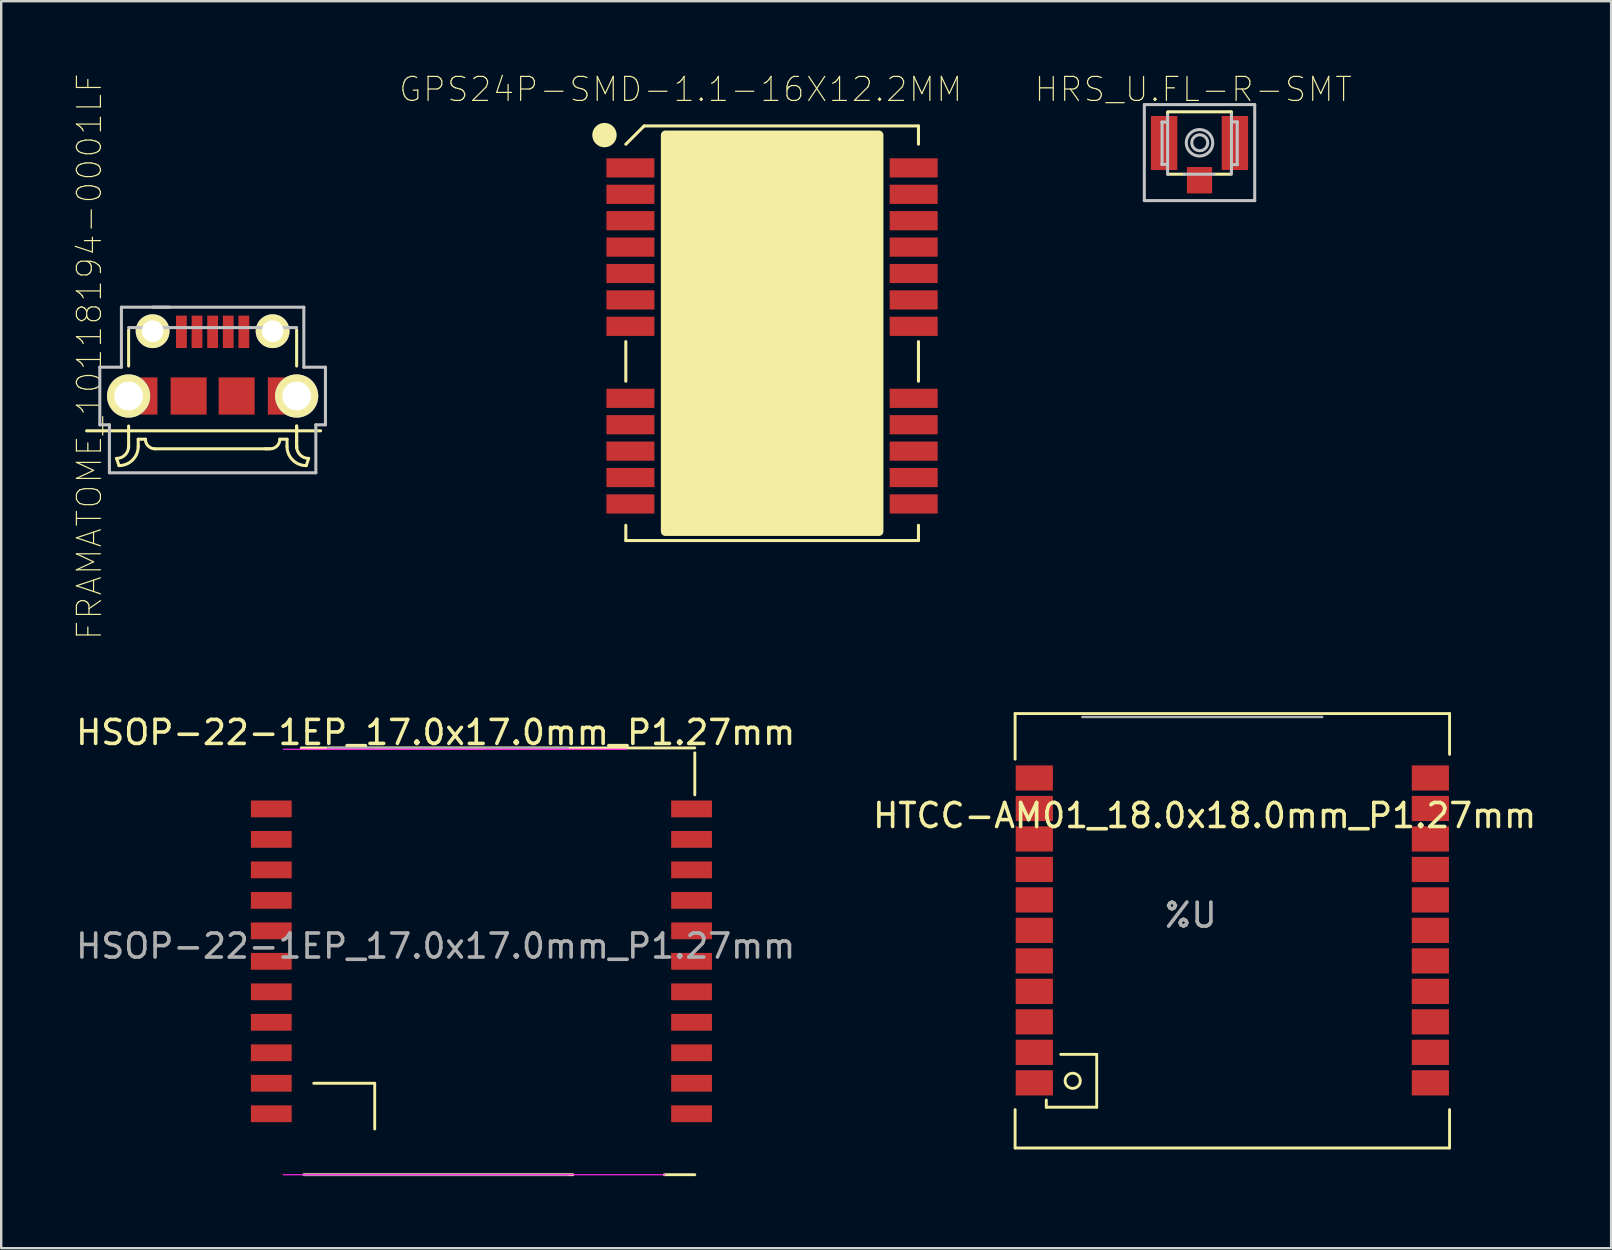
<source format=kicad_pcb>
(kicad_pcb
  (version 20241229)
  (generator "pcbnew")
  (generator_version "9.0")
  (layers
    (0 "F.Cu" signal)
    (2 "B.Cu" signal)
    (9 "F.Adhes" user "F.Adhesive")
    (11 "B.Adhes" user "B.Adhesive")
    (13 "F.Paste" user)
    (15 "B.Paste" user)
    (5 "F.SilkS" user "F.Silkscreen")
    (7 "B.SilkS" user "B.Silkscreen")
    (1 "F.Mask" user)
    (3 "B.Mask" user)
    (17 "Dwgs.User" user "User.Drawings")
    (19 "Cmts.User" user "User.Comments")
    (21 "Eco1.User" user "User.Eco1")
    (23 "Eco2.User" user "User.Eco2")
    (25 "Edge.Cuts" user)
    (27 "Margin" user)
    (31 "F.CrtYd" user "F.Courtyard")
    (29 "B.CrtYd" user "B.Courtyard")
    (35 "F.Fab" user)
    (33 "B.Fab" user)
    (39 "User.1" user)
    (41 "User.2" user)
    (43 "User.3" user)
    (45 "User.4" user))
  (footprint "HSOP-22-1EP_17.0x17.0mm_P1.27mm"
    (layer "F.Cu")
    (at 15.101 36.365)
    (property "Reference" "HSOP-22-1EP_17.0x17.0mm_P1.27mm" (at 0 -8.9 0) (layer "F.SilkS") (effects (font (size 1 1) (thickness 0.15))))
    (attr smd)
    (fp_line (start -2.54 5.715) (end -5.08 5.715) (stroke (width 0.12) (type solid)) (layer "F.SilkS"))
    (fp_line (start -2.54 7.62) (end -2.54 5.715) (stroke (width 0.12) (type solid)) (layer "F.SilkS"))
    (fp_line (start 5.715 9.525) (end -5.485 9.525) (stroke (width 0.12) (type solid)) (layer "F.SilkS"))
    (fp_line (start 10.795 -8.255) (end -5.6 -8.255) (stroke (width 0.12) (type solid)) (layer "F.SilkS"))
    (fp_line (start 10.795 -8.05) (end 10.795 -6.3) (stroke (width 0.12) (type solid)) (layer "F.SilkS"))
    (fp_line (start 10.795 9.525) (end 9.525 9.525) (stroke (width 0.12) (type solid)) (layer "F.SilkS"))
    (fp_line (start -6.35 -8.2) (end 7.95 -8.2) (stroke (width 0.05) (type solid)) (layer "F.CrtYd"))
    (fp_line (start 9.55 9.525) (end -6.35 9.525) (stroke (width 0.05) (type solid)) (layer "F.CrtYd"))
    (fp_line (start -5.5 9.525) (end 5.5 9.525) (stroke (width 0.1) (type solid)) (layer "F.Fab"))
    (fp_line (start 5.5 -8.255) (end -4.5 -8.255) (stroke (width 0.1) (type solid)) (layer "F.Fab"))
    (fp_text user "${REFERENCE}" (at 0 0 0) (layer "F.Fab") (effects (font (size 1 1) (thickness 0.15))))
    (pad "1" smd rect (at 10.66 -5.715) (size 1.7 0.7) (layers "F.Cu" "F.Mask" "F.Paste"))
    (pad "2" smd rect (at 10.66 5.715) (size 1.7 0.7) (layers "F.Cu" "F.Mask" "F.Paste"))
    (pad "3" smd rect (at 10.66 -4.445) (size 1.7 0.7) (layers "F.Cu" "F.Mask" "F.Paste"))
    (pad "4" smd rect (at 10.66 6.985) (size 1.7 0.7) (layers "F.Cu" "F.Mask" "F.Paste"))
    (pad "6" smd rect (at 10.66 4.445) (size 1.7 0.7) (layers "F.Cu" "F.Mask" "F.Paste"))
    (pad "7" smd rect (at 10.66 3.175) (size 1.7 0.7) (layers "F.Cu" "F.Mask" "F.Paste"))
    (pad "8" smd rect (at 10.66 1.905) (size 1.7 0.7) (layers "F.Cu" "F.Mask" "F.Paste"))
    (pad "14" smd rect (at 10.66 -1.905) (size 1.7 0.7) (layers "F.Cu" "F.Mask" "F.Paste"))
    (pad "15" smd rect (at 10.66 -3.175) (size 1.7 0.7) (layers "F.Cu" "F.Mask" "F.Paste"))
    (pad "16" smd rect (at 10.66 0.635) (size 1.7 0.7) (layers "F.Cu" "F.Mask" "F.Paste"))
    (pad "17" smd rect (at 10.66 -0.635) (size 1.7 0.7) (layers "F.Cu" "F.Mask" "F.Paste"))
    (pad "19" smd rect (at -6.85 -5.715) (size 1.7 0.7) (layers "F.Cu" "F.Mask" "F.Paste"))
    (pad "20" smd rect (at -6.85 -4.445) (size 1.7 0.7) (layers "F.Cu" "F.Mask" "F.Paste"))
    (pad "21" smd rect (at -6.85 -3.175) (size 1.7 0.7) (layers "F.Cu" "F.Mask" "F.Paste"))
    (pad "22" smd rect (at -6.85 -1.905) (size 1.7 0.7) (layers "F.Cu" "F.Mask" "F.Paste"))
    (pad "28" smd rect (at -6.85 -0.635) (size 1.7 0.7) (layers "F.Cu" "F.Mask" "F.Paste"))
    (pad "29" smd rect (at -6.85 0.635) (size 1.7 0.7) (layers "F.Cu" "F.Mask" "F.Paste"))
    (pad "30" smd rect (at -6.85 1.905) (size 1.7 0.7) (layers "F.Cu" "F.Mask" "F.Paste"))
    (pad "33" smd rect (at -6.85 4.445) (size 1.7 0.7) (layers "F.Cu" "F.Mask" "F.Paste"))
    (pad "34" smd rect (at -6.85 3.175) (size 1.7 0.7) (layers "F.Cu" "F.Mask" "F.Paste"))
    (pad "38" smd rect (at -6.85 5.715) (size 1.7 0.7) (layers "F.Cu" "F.Mask" "F.Paste"))
    (pad "40" smd rect (at -6.85 6.985) (size 1.7 0.7) (layers "F.Cu" "F.Mask" "F.Paste")))
  (footprint "GPS24P-SMD-1.1-16X12.2MM"
    (layer "F.Cu")
    (at 29.118 10.833)
    (property "Reference" "GPS24P-SMD-1.1-16X12.2MM" (at -3.81 -10.16 0) (layer "F.SilkS") (effects (font (size 1 1) (thickness 0.05))))
    (attr smd)
    (fp_line (start -6.096 2) (end -6.096 0.35) (stroke (width 0.127) (type solid)) (layer "F.SilkS"))
    (fp_line (start -6.096 8.636) (end -6.096 8.001) (stroke (width 0.127) (type solid)) (layer "F.SilkS"))
    (fp_line (start -5.334 -8.636) (end -6.096 -7.874) (stroke (width 0.127) (type solid)) (layer "F.SilkS"))
    (fp_line (start 6.096 -8.636) (end -5.334 -8.636) (stroke (width 0.127) (type solid)) (layer "F.SilkS"))
    (fp_line (start 6.096 -7.874) (end 6.096 -8.636) (stroke (width 0.127) (type solid)) (layer "F.SilkS"))
    (fp_line (start 6.096 2) (end 6.096 0.35) (stroke (width 0.127) (type solid)) (layer "F.SilkS"))
    (fp_line (start 6.096 8.001) (end 6.096 8.636) (stroke (width 0.127) (type solid)) (layer "F.SilkS"))
    (fp_line (start 6.096 8.636) (end -6.096 8.636) (stroke (width 0.127) (type solid)) (layer "F.SilkS"))
    (fp_circle (center -6.985 -8.255) (end -6.731 -8.255) (stroke (width 0.508) (type solid)) (fill no) (layer "F.SilkS"))
    (fp_poly (pts (xy -4.445 -8.255) (xy 4.445 -8.255) (xy 4.445 8.255) (xy -4.445 8.255)) (stroke (width 0.381) (type solid)) (fill yes) (layer "F.SilkS"))
    (pad "1" smd rect (at -5.904 -6.888 180) (size 2 0.8) (layers "F.Cu" "F.Mask" "F.Paste"))
    (pad "2" smd rect (at -5.904 -5.788 180) (size 2 0.8) (layers "F.Cu" "F.Mask" "F.Paste"))
    (pad "3" smd rect (at -5.904 -4.688 180) (size 2 0.8) (layers "F.Cu" "F.Mask" "F.Paste"))
    (pad "4" smd rect (at -5.904 -3.588 180) (size 2 0.8) (layers "F.Cu" "F.Mask" "F.Paste"))
    (pad "5" smd rect (at -5.904 -2.488 180) (size 2 0.8) (layers "F.Cu" "F.Mask" "F.Paste"))
    (pad "6" smd rect (at -5.904 -1.388 180) (size 2 0.8) (layers "F.Cu" "F.Mask" "F.Paste"))
    (pad "7" smd rect (at -5.904 -0.288 180) (size 2 0.8) (layers "F.Cu" "F.Mask" "F.Paste"))
    (pad "8" smd rect (at -5.904 2.712 180) (size 2 0.8) (layers "F.Cu" "F.Mask" "F.Paste"))
    (pad "9" smd rect (at -5.904 3.812 180) (size 2 0.8) (layers "F.Cu" "F.Mask" "F.Paste"))
    (pad "10" smd rect (at -5.904 4.912 180) (size 2 0.8) (layers "F.Cu" "F.Mask" "F.Paste"))
    (pad "11" smd rect (at -5.904 6.012 180) (size 2 0.8) (layers "F.Cu" "F.Mask" "F.Paste"))
    (pad "12" smd rect (at -5.904 7.112 180) (size 2 0.8) (layers "F.Cu" "F.Mask" "F.Paste"))
    (pad "13" smd rect (at 5.896 7.112 180) (size 2 0.8) (layers "F.Cu" "F.Mask" "F.Paste"))
    (pad "14" smd rect (at 5.896 6.012 180) (size 2 0.8) (layers "F.Cu" "F.Mask" "F.Paste"))
    (pad "15" smd rect (at 5.896 4.912 180) (size 2 0.8) (layers "F.Cu" "F.Mask" "F.Paste"))
    (pad "16" smd rect (at 5.896 3.812 180) (size 2 0.8) (layers "F.Cu" "F.Mask" "F.Paste"))
    (pad "17" smd rect (at 5.896 2.712 180) (size 2 0.8) (layers "F.Cu" "F.Mask" "F.Paste"))
    (pad "18" smd rect (at 5.896 -0.288 180) (size 2 0.8) (layers "F.Cu" "F.Mask" "F.Paste"))
    (pad "19" smd rect (at 5.896 -1.388 180) (size 2 0.8) (layers "F.Cu" "F.Mask" "F.Paste"))
    (pad "20" smd rect (at 5.896 -2.488 180) (size 2 0.8) (layers "F.Cu" "F.Mask" "F.Paste"))
    (pad "21" smd rect (at 5.896 -3.588 180) (size 2 0.8) (layers "F.Cu" "F.Mask" "F.Paste"))
    (pad "22" smd rect (at 5.896 -4.688 180) (size 2 0.8) (layers "F.Cu" "F.Mask" "F.Paste"))
    (pad "23" smd rect (at 5.896 -5.788 180) (size 2 0.8) (layers "F.Cu" "F.Mask" "F.Paste"))
    (pad "24" smd rect (at 5.896 -6.888 180) (size 2 0.8) (layers "F.Cu" "F.Mask" "F.Paste")))
  (footprint "FRAMATOME_10118194-0001LF"
    (layer "F.Cu")
    (at 5.808 13.448)
    (property "Reference" "FRAMATOME_10118194-0001LF" (at -5.135 -1.64 90) (layer "F.SilkS") (effects (font (size 1 1) (thickness 0.05))))
    (attr smd)
    (fp_line (start -5.25 1.45) (end 4.5 1.45) (stroke (width 0.127) (type solid)) (layer "F.SilkS"))
    (fp_line (start -4 2.6) (end -3.9 2.9) (stroke (width 0.127) (type solid)) (layer "F.SilkS"))
    (fp_line (start -3.5 -2.75) (end -3.5 -1.25) (stroke (width 0.127) (type solid)) (layer "F.SilkS"))
    (fp_line (start -3.5 1.25) (end -3.5 2.1) (stroke (width 0.127) (type solid)) (layer "F.SilkS"))
    (fp_line (start -3.5 2.1) (end -3.5 2.15) (stroke (width 0.127) (type solid)) (layer "F.SilkS"))
    (fp_line (start -3.1 1.8) (end -2.8 1.8) (stroke (width 0.127) (type solid)) (layer "F.SilkS"))
    (fp_line (start -3.1 2.1) (end -3.1 1.8) (stroke (width 0.127) (type solid)) (layer "F.SilkS"))
    (fp_line (start -2.4 2.2) (end 2.3 2.2) (stroke (width 0.127) (type solid)) (layer "F.SilkS"))
    (fp_line (start 2.4 2.2) (end 2.2 2.2) (stroke (width 0.127) (type solid)) (layer "F.SilkS"))
    (fp_line (start 3.1 1.8) (end 2.8 1.8) (stroke (width 0.127) (type solid)) (layer "F.SilkS"))
    (fp_line (start 3.1 2.1) (end 3.1 1.8) (stroke (width 0.127) (type solid)) (layer "F.SilkS"))
    (fp_line (start 3.5 -2.75) (end 3.5 -1.25) (stroke (width 0.127) (type solid)) (layer "F.SilkS"))
    (fp_line (start 3.5 1.25) (end 3.5 2.1) (stroke (width 0.127) (type solid)) (layer "F.SilkS"))
    (fp_line (start 3.5 1.25) (end 3.5 2.15) (stroke (width 0.127) (type solid)) (layer "F.SilkS"))
    (fp_line (start 3.5 2.1) (end 3.5 2.15) (stroke (width 0.127) (type solid)) (layer "F.SilkS"))
    (fp_line (start 4 2.6) (end 3.9 2.9) (stroke (width 0.127) (type solid)) (layer "F.SilkS"))
    (fp_arc (start -3.5 2.1) (mid -3.646447 2.453553) (end -4 2.6) (stroke (width 0.127) (type solid)) (layer "F.SilkS"))
    (fp_arc (start -3.1 2.1) (mid -3.334315 2.665685) (end -3.9 2.9) (stroke (width 0.127) (type solid)) (layer "F.SilkS"))
    (fp_arc (start -2.4 2.2) (mid -2.682843 2.082843) (end -2.8 1.8) (stroke (width 0.127) (type solid)) (layer "F.SilkS"))
    (fp_arc (start 2.8 1.8) (mid 2.682843 2.082843) (end 2.4 2.2) (stroke (width 0.127) (type solid)) (layer "F.SilkS"))
    (fp_arc (start 3.9 2.9) (mid 3.334315 2.665685) (end 3.1 2.1) (stroke (width 0.127) (type solid)) (layer "F.SilkS"))
    (fp_arc (start 4 2.6) (mid 3.646447 2.453553) (end 3.5 2.1) (stroke (width 0.127) (type solid)) (layer "F.SilkS"))
    (fp_line (start -4.7 -1.2) (end -3.8 -1.2) (stroke (width 0.127) (type solid)) (layer "Dwgs.User"))
    (fp_line (start -4.7 1.2) (end -4.7 -1.2) (stroke (width 0.127) (type solid)) (layer "Dwgs.User"))
    (fp_line (start -4.3 1.2) (end -4.7 1.2) (stroke (width 0.127) (type solid)) (layer "Dwgs.User"))
    (fp_line (start -4.3 3.2) (end -4.3 1.2) (stroke (width 0.127) (type solid)) (layer "Dwgs.User"))
    (fp_line (start -3.8 -3.7) (end -1.8 -3.7) (stroke (width 0.127) (type solid)) (layer "Dwgs.User"))
    (fp_line (start -3.8 -1.2) (end -3.8 -3.7) (stroke (width 0.127) (type solid)) (layer "Dwgs.User"))
    (fp_line (start -3.5 -2.85) (end 3.5 -2.85) (stroke (width 0.127) (type solid)) (layer "Dwgs.User"))
    (fp_line (start -2.5 -3.7) (end 3.8 -3.7) (stroke (width 0.127) (type solid)) (layer "Dwgs.User"))
    (fp_line (start 3.8 -3.7) (end 3.8 -1.2) (stroke (width 0.127) (type solid)) (layer "Dwgs.User"))
    (fp_line (start 3.8 -1.2) (end 4.7 -1.2) (stroke (width 0.127) (type solid)) (layer "Dwgs.User"))
    (fp_line (start 4.3 1.2) (end 4.3 3.2) (stroke (width 0.127) (type solid)) (layer "Dwgs.User"))
    (fp_line (start 4.3 3.2) (end -4.3 3.2) (stroke (width 0.127) (type solid)) (layer "Dwgs.User"))
    (fp_line (start 4.7 -1.2) (end 4.7 1.2) (stroke (width 0.127) (type solid)) (layer "Dwgs.User"))
    (fp_line (start 4.7 1.2) (end 4.3 1.2) (stroke (width 0.127) (type solid)) (layer "Dwgs.User"))
    (pad "1" smd rect (at -1.3 -2.675 180) (size 0.45 1.35) (layers "F.Cu" "F.Mask" "F.Paste"))
    (pad "2" smd rect (at -0.65 -2.675 180) (size 0.45 1.35) (layers "F.Cu" "F.Mask" "F.Paste"))
    (pad "3" smd rect (at 0 -2.675 180) (size 0.45 1.35) (layers "F.Cu" "F.Mask" "F.Paste"))
    (pad "4" smd rect (at 0.65 -2.675 180) (size 0.45 1.35) (layers "F.Cu" "F.Mask" "F.Paste"))
    (pad "5" smd rect (at 1.3 -2.675 180) (size 0.45 1.35) (layers "F.Cu" "F.Mask" "F.Paste"))
    (pad "P$6" thru_hole circle (at -2.5 -2.7) (size 1.408 1.408) (drill 0.9) (layers "*.Cu" "*.Mask" "F.SilkS"))
    (pad "P$7" thru_hole circle (at 2.5 -2.7) (size 1.408 1.408) (drill 0.9) (layers "*.Cu" "*.Mask" "F.SilkS"))
    (pad "P$8" thru_hole circle (at -3.5 0) (size 1.8 1.8) (drill 1.2) (layers "*.Cu" "*.Mask" "F.SilkS"))
    (pad "P$9" thru_hole circle (at 3.5 0) (size 1.8 1.8) (drill 1.2) (layers "*.Cu" "*.Mask" "F.SilkS"))
    (pad "P$10" smd rect (at -1 0) (size 1.5 1.55) (layers "F.Cu" "F.Mask" "F.Paste"))
    (pad "P$11" smd rect (at 1 0) (size 1.5 1.55) (layers "F.Cu" "F.Mask" "F.Paste"))
    (pad "P$12" smd rect (at -3.05 0) (size 1.5 1.55) (layers "F.Cu" "F.Mask" "F.Paste"))
    (pad "P$13" smd rect (at 3.05 0) (size 1.5 1.55) (layers "F.Cu" "F.Mask" "F.Paste")))
  (footprint "HTCC-AM01_18.0x18.0mm_P1.27mm"
    (layer "F.Cu")
    (at 46.54 35.077)
    (property "Reference" "HTCC-AM01_18.0x18.0mm_P1.27mm" (at 0.597 -4.15 0) (layer "F.SilkS") (effects (font (size 1 1) (thickness 0.15))))
    (attr smd)
    (fp_line (start -7.3 -8.4) (end -7.3 -6.5) (stroke (width 0.12) (type solid)) (layer "F.SilkS"))
    (fp_line (start -7.3 9.7) (end -7.3 8.1) (stroke (width 0.12) (type solid)) (layer "F.SilkS"))
    (fp_line (start -6 8) (end -6 7.7) (stroke (width 0.12) (type solid)) (layer "F.SilkS"))
    (fp_line (start -5.4 5.8) (end -3.9 5.8) (stroke (width 0.12) (type solid)) (layer "F.SilkS"))
    (fp_line (start -3.9 5.8) (end -3.9 8) (stroke (width 0.12) (type solid)) (layer "F.SilkS"))
    (fp_line (start -3.9 8) (end -6 8) (stroke (width 0.12) (type solid)) (layer "F.SilkS"))
    (fp_line (start 10.795 -8.4) (end -7.3 -8.4) (stroke (width 0.12) (type solid)) (layer "F.SilkS"))
    (fp_line (start 10.795 9.7) (end -7.3 9.7) (stroke (width 0.12) (type solid)) (layer "F.SilkS"))
    (fp_line (start 10.8 -8.4) (end 10.8 -6.7) (stroke (width 0.12) (type solid)) (layer "F.SilkS"))
    (fp_line (start 10.8 9.7) (end 10.8 8.1) (stroke (width 0.12) (type solid)) (layer "F.SilkS"))
    (fp_circle (center -4.9 6.9) (end -4.6 7) (stroke (width 0.12) (type solid)) (fill no) (layer "F.SilkS"))
    (fp_line (start 5.5 -8.255) (end -4.5 -8.255) (stroke (width 0.1) (type solid)) (layer "F.Fab"))
    (fp_text user "%U" (at 0 0 0) (layer "F.Fab") (effects (font (size 1 1) (thickness 0.15))))
    (pad "1" smd rect (at -6.5 -5.715) (size 1.55 1.05) (layers "F.Cu" "F.Mask" "F.Paste"))
    (pad "2" smd rect (at -6.5 -4.445) (size 1.55 1.05) (layers "F.Cu" "F.Mask" "F.Paste"))
    (pad "3" smd rect (at -6.5 -3.175) (size 1.55 1.05) (layers "F.Cu" "F.Mask" "F.Paste"))
    (pad "4" smd rect (at -6.5 -1.905) (size 1.55 1.05) (layers "F.Cu" "F.Mask" "F.Paste"))
    (pad "5" smd rect (at -6.5 -0.635) (size 1.55 1.05) (layers "F.Cu" "F.Mask" "F.Paste"))
    (pad "6" smd rect (at -6.5 0.635) (size 1.55 1.05) (layers "F.Cu" "F.Mask" "F.Paste"))
    (pad "7" smd rect (at -6.5 1.905) (size 1.55 1.05) (layers "F.Cu" "F.Mask" "F.Paste"))
    (pad "8" smd rect (at -6.5 3.175) (size 1.55 1.05) (layers "F.Cu" "F.Mask" "F.Paste"))
    (pad "9" smd rect (at -6.5 4.445) (size 1.55 1.05) (layers "F.Cu" "F.Mask" "F.Paste"))
    (pad "10" smd rect (at -6.5 5.715) (size 1.55 1.05) (layers "F.Cu" "F.Mask" "F.Paste"))
    (pad "11" smd rect (at -6.5 6.985) (size 1.55 1.05) (layers "F.Cu" "F.Mask" "F.Paste"))
    (pad "12" smd rect (at 10 6.985) (size 1.55 1.05) (layers "F.Cu" "F.Mask" "F.Paste"))
    (pad "13" smd rect (at 10 5.715) (size 1.55 1.05) (layers "F.Cu" "F.Mask" "F.Paste"))
    (pad "14" smd rect (at 10 4.445) (size 1.55 1.05) (layers "F.Cu" "F.Mask" "F.Paste"))
    (pad "15" smd rect (at 10 3.175) (size 1.55 1.05) (layers "F.Cu" "F.Mask" "F.Paste"))
    (pad "16" smd rect (at 10 1.905) (size 1.55 1.05) (layers "F.Cu" "F.Mask" "F.Paste"))
    (pad "17" smd rect (at 10 0.635) (size 1.55 1.05) (layers "F.Cu" "F.Mask" "F.Paste"))
    (pad "18" smd rect (at 10 -0.635) (size 1.55 1.05) (layers "F.Cu" "F.Mask" "F.Paste"))
    (pad "19" smd rect (at 10 -1.905) (size 1.55 1.05) (layers "F.Cu" "F.Mask" "F.Paste"))
    (pad "20" smd rect (at 10 -3.175) (size 1.55 1.05) (layers "F.Cu" "F.Mask" "F.Paste"))
    (pad "21" smd rect (at 10 -4.445) (size 1.55 1.05) (layers "F.Cu" "F.Mask" "F.Paste"))
    (pad "22" smd rect (at 10 -5.715) (size 1.55 1.05) (layers "F.Cu" "F.Mask" "F.Paste")))
  (footprint "HRS_U.FL-R-SMT"
    (layer "F.Cu")
    (at 46.923 2.908)
    (property "Reference" "HRS_U.FL-R-SMT" (at -0.26 -2.235 0) (layer "F.SilkS") (effects (font (size 1 1) (thickness 0.05))))
    (attr smd)
    (fp_line (start -1.33 -1.2) (end -1.33 -1.29) (stroke (width 0.127) (type solid)) (layer "F.SilkS"))
    (fp_line (start -1.3 -1.3) (end 1.3 -1.3) (stroke (width 0.127) (type solid)) (layer "F.SilkS"))
    (fp_line (start -0.63 1.3) (end -1.3 1.3) (stroke (width 0.127) (type solid)) (layer "F.SilkS"))
    (fp_line (start 1.3 1.3) (end 0.63 1.3) (stroke (width 0.127) (type solid)) (layer "F.SilkS"))
    (fp_line (start 1.33 -1.21) (end 1.33 -1.3) (stroke (width 0.127) (type solid)) (layer "F.SilkS"))
    (fp_line (start -2.3 -1.6) (end -2.3 2.4) (stroke (width 0.127) (type solid)) (layer "Dwgs.User"))
    (fp_line (start -2.3 2.4) (end 2.3 2.4) (stroke (width 0.127) (type solid)) (layer "Dwgs.User"))
    (fp_line (start -1.57 -0.87) (end -1.33 -0.87) (stroke (width 0.127) (type solid)) (layer "Dwgs.User"))
    (fp_line (start -1.57 0.89) (end -1.33 0.89) (stroke (width 0.127) (type solid)) (layer "Dwgs.User"))
    (fp_line (start -1.56 -0.88) (end -1.56 0.9) (stroke (width 0.127) (type solid)) (layer "Dwgs.User"))
    (fp_line (start -1.33 -0.87) (end -1.33 -0.88) (stroke (width 0.127) (type solid)) (layer "Dwgs.User"))
    (fp_line (start -1.33 0.89) (end -1.33 0.9) (stroke (width 0.127) (type solid)) (layer "Dwgs.User"))
    (fp_line (start -1.33 1.3) (end -1.33 -1.17) (stroke (width 0.127) (type solid)) (layer "Dwgs.User"))
    (fp_line (start -1.31 1.3) (end -1.33 1.3) (stroke (width 0.127) (type solid)) (layer "Dwgs.User"))
    (fp_line (start 0.61 1.3) (end -0.63 1.3) (stroke (width 0.127) (type solid)) (layer "Dwgs.User"))
    (fp_line (start 1.33 -1.21) (end 1.33 1.3) (stroke (width 0.127) (type solid)) (layer "Dwgs.User"))
    (fp_line (start 1.34 0.9) (end 1.34 0.91) (stroke (width 0.127) (type solid)) (layer "Dwgs.User"))
    (fp_line (start 1.38 -0.88) (end 1.57 -0.88) (stroke (width 0.127) (type solid)) (layer "Dwgs.User"))
    (fp_line (start 1.57 -0.88) (end 1.57 0.9) (stroke (width 0.127) (type solid)) (layer "Dwgs.User"))
    (fp_line (start 1.57 0.9) (end 1.34 0.9) (stroke (width 0.127) (type solid)) (layer "Dwgs.User"))
    (fp_line (start 2.3 -1.6) (end -2.3 -1.6) (stroke (width 0.127) (type solid)) (layer "Dwgs.User"))
    (fp_line (start 2.3 2.4) (end 2.3 -1.6) (stroke (width 0.127) (type solid)) (layer "Dwgs.User"))
    (fp_circle (center 0 -0.01) (end 0.552 -0.01) (stroke (width 0.127) (type solid)) (fill no) (layer "Dwgs.User"))
    (fp_circle (center 0.01 -0.01) (end 0.342 -0.01) (stroke (width 0.127) (type solid)) (fill no) (layer "Dwgs.User"))
    (pad "1" smd rect (at -1.475 0) (size 1.1 2.25) (layers "F.Cu" "F.Mask" "F.Paste"))
    (pad "2" smd rect (at 1.475 0) (size 1.1 2.25) (layers "F.Cu" "F.Mask" "F.Paste"))
    (pad "3" smd rect (at 0 1.55) (size 1.05 1.1) (layers "F.Cu" "F.Mask" "F.Paste")))
  (gr_rect
    (start -3 -3)
    (end 64.071 48.95)
    (stroke (width 0.1) (type default))
    (fill no)
    (layer "Edge.Cuts")))
</source>
